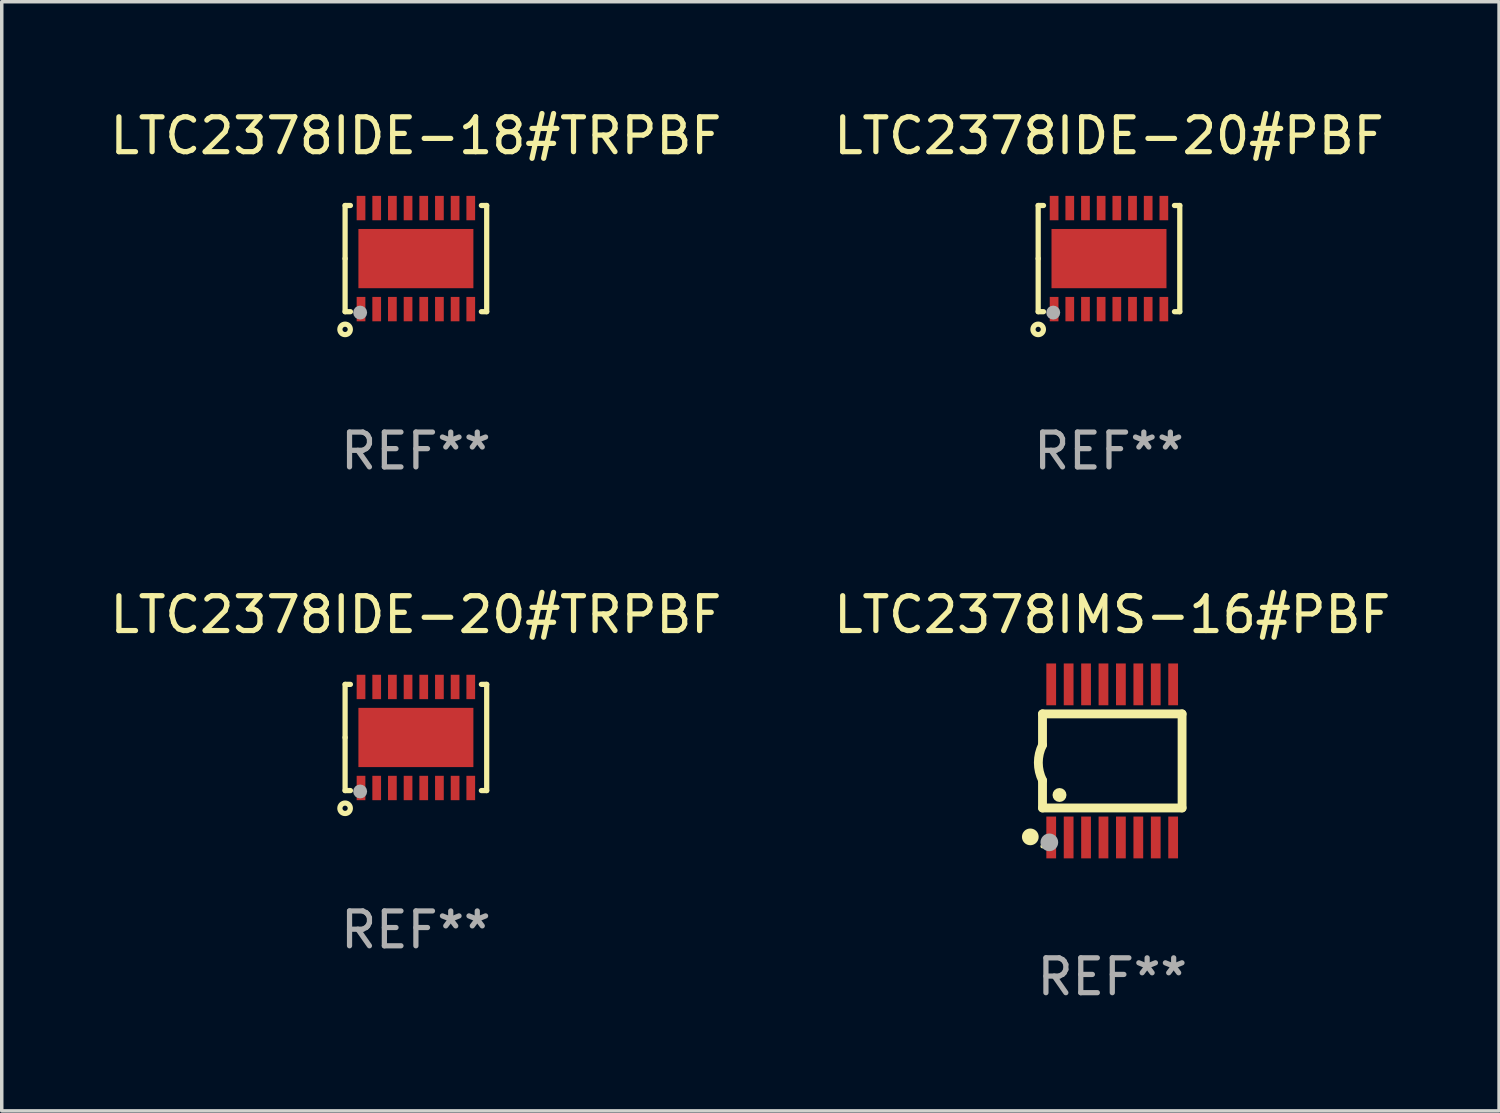
<source format=kicad_pcb>
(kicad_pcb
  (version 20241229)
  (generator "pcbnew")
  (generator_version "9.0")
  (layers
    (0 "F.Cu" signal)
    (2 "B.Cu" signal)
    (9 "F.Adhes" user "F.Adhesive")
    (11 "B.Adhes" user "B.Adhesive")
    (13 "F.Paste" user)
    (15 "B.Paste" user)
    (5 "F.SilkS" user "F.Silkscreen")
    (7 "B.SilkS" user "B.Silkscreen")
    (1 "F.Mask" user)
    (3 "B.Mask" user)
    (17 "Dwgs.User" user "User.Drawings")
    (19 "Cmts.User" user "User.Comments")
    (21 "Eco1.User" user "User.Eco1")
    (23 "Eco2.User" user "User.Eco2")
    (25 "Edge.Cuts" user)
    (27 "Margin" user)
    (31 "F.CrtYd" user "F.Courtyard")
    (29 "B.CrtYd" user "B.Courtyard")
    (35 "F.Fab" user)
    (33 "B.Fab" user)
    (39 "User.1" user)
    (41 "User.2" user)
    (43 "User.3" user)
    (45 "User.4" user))
  (footprint "LTC2378IDE-18#TRPBF"
    (layer "F.Cu")
    (at 8.887 4.372)
    (property "Reference" "LTC2378IDE-18#TRPBF" (at 0 -3.524 0) (layer "F.SilkS") (effects (font (size 1 1) (thickness 0.15))))
    (attr through_hole)
    (fp_line (start -2.032 -1.524) (end -1.879 -1.524) (stroke (width 0.15) (type solid)) (layer "F.SilkS"))
    (fp_line (start -2.032 0) (end -2.032 -1.524) (stroke (width 0.15) (type solid)) (layer "F.SilkS"))
    (fp_line (start -2.032 1.524) (end -2.032 0) (stroke (width 0.15) (type solid)) (layer "F.SilkS"))
    (fp_line (start -1.879 1.524) (end -2.032 1.524) (stroke (width 0.15) (type solid)) (layer "F.SilkS"))
    (fp_line (start 1.879 -1.524) (end 2.032 -1.524) (stroke (width 0.15) (type solid)) (layer "F.SilkS"))
    (fp_line (start 2.032 -1.524) (end 2.032 1.524) (stroke (width 0.15) (type solid)) (layer "F.SilkS"))
    (fp_line (start 2.032 1.524) (end 1.879 1.524) (stroke (width 0.15) (type solid)) (layer "F.SilkS"))
    (fp_circle (center -2.032 2.032) (end -1.882 2.032) (stroke (width 0.15) (type solid)) (fill no) (layer "F.SilkS"))
    (fp_circle (center -2 1.5) (end -1.97 1.5) (stroke (width 0.06) (type solid)) (fill no) (layer "F.SilkS"))
    (fp_circle (center -1.6 1.55) (end -1.5 1.55) (stroke (width 0.2) (type solid)) (fill no) (layer "F.Fab"))
    (fp_text user "REF**" (at 0 5.524 0) (layer "F.Fab") (effects (font (size 1 1) (thickness 0.15))))
    (pad "1" smd rect (at -1.575 1.45 90) (size 0.7 0.25) (layers "F.Cu" "F.Mask" "F.Paste"))
    (pad "2" smd rect (at -1.125 1.45 90) (size 0.7 0.25) (layers "F.Cu" "F.Mask" "F.Paste"))
    (pad "3" smd rect (at -0.675 1.45 90) (size 0.7 0.25) (layers "F.Cu" "F.Mask" "F.Paste"))
    (pad "4" smd rect (at -0.225 1.45 90) (size 0.7 0.25) (layers "F.Cu" "F.Mask" "F.Paste"))
    (pad "5" smd rect (at 0.225 1.45 90) (size 0.7 0.25) (layers "F.Cu" "F.Mask" "F.Paste"))
    (pad "6" smd rect (at 0.675 1.45 90) (size 0.7 0.25) (layers "F.Cu" "F.Mask" "F.Paste"))
    (pad "7" smd rect (at 1.125 1.45 90) (size 0.7 0.25) (layers "F.Cu" "F.Mask" "F.Paste"))
    (pad "8" smd rect (at 1.575 1.45 90) (size 0.7 0.25) (layers "F.Cu" "F.Mask" "F.Paste"))
    (pad "9" smd rect (at 1.575 -1.45 90) (size 0.7 0.25) (layers "F.Cu" "F.Mask" "F.Paste"))
    (pad "10" smd rect (at 1.125 -1.45 90) (size 0.7 0.25) (layers "F.Cu" "F.Mask" "F.Paste"))
    (pad "11" smd rect (at 0.675 -1.45 90) (size 0.7 0.25) (layers "F.Cu" "F.Mask" "F.Paste"))
    (pad "12" smd rect (at 0.225 -1.45 90) (size 0.7 0.25) (layers "F.Cu" "F.Mask" "F.Paste"))
    (pad "13" smd rect (at -0.225 -1.45 90) (size 0.7 0.25) (layers "F.Cu" "F.Mask" "F.Paste"))
    (pad "14" smd rect (at -0.675 -1.45 90) (size 0.7 0.25) (layers "F.Cu" "F.Mask" "F.Paste"))
    (pad "15" smd rect (at -1.125 -1.45 90) (size 0.7 0.25) (layers "F.Cu" "F.Mask" "F.Paste"))
    (pad "16" smd rect (at -1.575 -1.45 90) (size 0.7 0.25) (layers "F.Cu" "F.Mask" "F.Paste"))
    (pad "17" smd rect (at 0.000127 0 90) (size 1.7 3.3) (layers "F.Cu" "F.Mask" "F.Paste")))
  (footprint "LTC2378IDE-20#PBF"
    (layer "F.Cu")
    (at 28.78 4.372)
    (property "Reference" "LTC2378IDE-20#PBF" (at 0 -3.524 0) (layer "F.SilkS") (effects (font (size 1 1) (thickness 0.15))))
    (attr through_hole)
    (fp_line (start -2.032 -1.524) (end -1.879 -1.524) (stroke (width 0.15) (type solid)) (layer "F.SilkS"))
    (fp_line (start -2.032 0) (end -2.032 -1.524) (stroke (width 0.15) (type solid)) (layer "F.SilkS"))
    (fp_line (start -2.032 1.524) (end -2.032 0) (stroke (width 0.15) (type solid)) (layer "F.SilkS"))
    (fp_line (start -1.879 1.524) (end -2.032 1.524) (stroke (width 0.15) (type solid)) (layer "F.SilkS"))
    (fp_line (start 1.879 -1.524) (end 2.032 -1.524) (stroke (width 0.15) (type solid)) (layer "F.SilkS"))
    (fp_line (start 2.032 -1.524) (end 2.032 1.524) (stroke (width 0.15) (type solid)) (layer "F.SilkS"))
    (fp_line (start 2.032 1.524) (end 1.879 1.524) (stroke (width 0.15) (type solid)) (layer "F.SilkS"))
    (fp_circle (center -2.032 2.032) (end -1.882 2.032) (stroke (width 0.15) (type solid)) (fill no) (layer "F.SilkS"))
    (fp_circle (center -2 1.5) (end -1.97 1.5) (stroke (width 0.06) (type solid)) (fill no) (layer "F.SilkS"))
    (fp_circle (center -1.6 1.55) (end -1.5 1.55) (stroke (width 0.2) (type solid)) (fill no) (layer "F.Fab"))
    (fp_text user "REF**" (at 0 5.524 0) (layer "F.Fab") (effects (font (size 1 1) (thickness 0.15))))
    (pad "1" smd rect (at -1.575 1.45 90) (size 0.7 0.25) (layers "F.Cu" "F.Mask" "F.Paste"))
    (pad "2" smd rect (at -1.125 1.45 90) (size 0.7 0.25) (layers "F.Cu" "F.Mask" "F.Paste"))
    (pad "3" smd rect (at -0.675 1.45 90) (size 0.7 0.25) (layers "F.Cu" "F.Mask" "F.Paste"))
    (pad "4" smd rect (at -0.225 1.45 90) (size 0.7 0.25) (layers "F.Cu" "F.Mask" "F.Paste"))
    (pad "5" smd rect (at 0.225 1.45 90) (size 0.7 0.25) (layers "F.Cu" "F.Mask" "F.Paste"))
    (pad "6" smd rect (at 0.675 1.45 90) (size 0.7 0.25) (layers "F.Cu" "F.Mask" "F.Paste"))
    (pad "7" smd rect (at 1.125 1.45 90) (size 0.7 0.25) (layers "F.Cu" "F.Mask" "F.Paste"))
    (pad "8" smd rect (at 1.575 1.45 90) (size 0.7 0.25) (layers "F.Cu" "F.Mask" "F.Paste"))
    (pad "9" smd rect (at 1.575 -1.45 90) (size 0.7 0.25) (layers "F.Cu" "F.Mask" "F.Paste"))
    (pad "10" smd rect (at 1.125 -1.45 90) (size 0.7 0.25) (layers "F.Cu" "F.Mask" "F.Paste"))
    (pad "11" smd rect (at 0.675 -1.45 90) (size 0.7 0.25) (layers "F.Cu" "F.Mask" "F.Paste"))
    (pad "12" smd rect (at 0.225 -1.45 90) (size 0.7 0.25) (layers "F.Cu" "F.Mask" "F.Paste"))
    (pad "13" smd rect (at -0.225 -1.45 90) (size 0.7 0.25) (layers "F.Cu" "F.Mask" "F.Paste"))
    (pad "14" smd rect (at -0.675 -1.45 90) (size 0.7 0.25) (layers "F.Cu" "F.Mask" "F.Paste"))
    (pad "15" smd rect (at -1.125 -1.45 90) (size 0.7 0.25) (layers "F.Cu" "F.Mask" "F.Paste"))
    (pad "16" smd rect (at -1.575 -1.45 90) (size 0.7 0.25) (layers "F.Cu" "F.Mask" "F.Paste"))
    (pad "17" smd rect (at 0.000127 0 90) (size 1.7 3.3) (layers "F.Cu" "F.Mask" "F.Paste")))
  (footprint "LTC2378IMS-16#PBF"
    (layer "F.Cu")
    (at 28.875 18.79)
    (property "Reference" "LTC2378IMS-16#PBF" (at 0 -4.197 0) (layer "F.SilkS") (effects (font (size 1 1) (thickness 0.15))))
    (attr through_hole)
    (fp_line (start -2.003 -1.35) (end -2.003 -0.457) (stroke (width 0.254) (type solid)) (layer "F.SilkS"))
    (fp_line (start -2.003 -1.35) (end 2.003 -1.35) (stroke (width 0.254) (type solid)) (layer "F.SilkS"))
    (fp_line (start -2.003 1.35) (end -2.003 0.559) (stroke (width 0.254) (type solid)) (layer "F.SilkS"))
    (fp_line (start -2.003 1.35) (end 2.003 1.35) (stroke (width 0.254) (type solid)) (layer "F.SilkS"))
    (fp_line (start 2.003 -1.35) (end 2.003 1.35) (stroke (width 0.254) (type solid)) (layer "F.SilkS"))
    (fp_arc (start -2.002286 0.558802) (mid -2.122556 0.05092) (end -2.003302 -0.457201) (stroke (width 0.254001) (type solid)) (layer "F.SilkS"))
    (fp_circle (center -2.353 2.18) (end -2.233 2.18) (stroke (width 0.24) (type solid)) (fill no) (layer "F.SilkS"))
    (fp_circle (center -2.003 2.45) (end -1.973 2.45) (stroke (width 0.06) (type solid)) (fill no) (layer "F.SilkS"))
    (fp_circle (center -1.515 0.978) (end -1.415 0.978) (stroke (width 0.2) (type solid)) (fill no) (layer "F.SilkS"))
    (fp_circle (center -1.807 2.337) (end -1.68 2.337) (stroke (width 0.254) (type solid)) (fill no) (layer "F.Fab"))
    (fp_text user "REF**" (at 0 6.197 0) (layer "F.Fab") (effects (font (size 1 1) (thickness 0.15))))
    (pad "1" smd rect (at -1.753 2.197 90) (size 1.2 0.28) (layers "F.Cu" "F.Mask" "F.Paste"))
    (pad "2" smd rect (at -1.253 2.197 90) (size 1.2 0.28) (layers "F.Cu" "F.Mask" "F.Paste"))
    (pad "3" smd rect (at -0.753 2.197 90) (size 1.2 0.28) (layers "F.Cu" "F.Mask" "F.Paste"))
    (pad "4" smd rect (at -0.253 2.197 90) (size 1.2 0.28) (layers "F.Cu" "F.Mask" "F.Paste"))
    (pad "5" smd rect (at 0.247 2.197 90) (size 1.2 0.28) (layers "F.Cu" "F.Mask" "F.Paste"))
    (pad "6" smd rect (at 0.747 2.197 90) (size 1.2 0.28) (layers "F.Cu" "F.Mask" "F.Paste"))
    (pad "7" smd rect (at 1.247 2.197 90) (size 1.2 0.28) (layers "F.Cu" "F.Mask" "F.Paste"))
    (pad "8" smd rect (at 1.747 2.197 90) (size 1.2 0.28) (layers "F.Cu" "F.Mask" "F.Paste"))
    (pad "9" smd rect (at 1.747 -2.197 90) (size 1.2 0.28) (layers "F.Cu" "F.Mask" "F.Paste"))
    (pad "10" smd rect (at 1.247 -2.197 90) (size 1.2 0.28) (layers "F.Cu" "F.Mask" "F.Paste"))
    (pad "11" smd rect (at 0.747 -2.197 90) (size 1.2 0.28) (layers "F.Cu" "F.Mask" "F.Paste"))
    (pad "12" smd rect (at 0.247 -2.197 90) (size 1.2 0.28) (layers "F.Cu" "F.Mask" "F.Paste"))
    (pad "13" smd rect (at -0.253 -2.197 90) (size 1.2 0.28) (layers "F.Cu" "F.Mask" "F.Paste"))
    (pad "14" smd rect (at -0.753 -2.197 90) (size 1.2 0.28) (layers "F.Cu" "F.Mask" "F.Paste"))
    (pad "15" smd rect (at -1.253 -2.197 90) (size 1.2 0.28) (layers "F.Cu" "F.Mask" "F.Paste"))
    (pad "16" smd rect (at -1.753 -2.197 90) (size 1.2 0.28) (layers "F.Cu" "F.Mask" "F.Paste")))
  (footprint "LTC2378IDE-20#TRPBF"
    (layer "F.Cu")
    (at 8.887 18.117)
    (property "Reference" "LTC2378IDE-20#TRPBF" (at 0 -3.524 0) (layer "F.SilkS") (effects (font (size 1 1) (thickness 0.15))))
    (attr through_hole)
    (fp_line (start -2.032 -1.524) (end -1.879 -1.524) (stroke (width 0.15) (type solid)) (layer "F.SilkS"))
    (fp_line (start -2.032 0) (end -2.032 -1.524) (stroke (width 0.15) (type solid)) (layer "F.SilkS"))
    (fp_line (start -2.032 1.524) (end -2.032 0) (stroke (width 0.15) (type solid)) (layer "F.SilkS"))
    (fp_line (start -1.879 1.524) (end -2.032 1.524) (stroke (width 0.15) (type solid)) (layer "F.SilkS"))
    (fp_line (start 1.879 -1.524) (end 2.032 -1.524) (stroke (width 0.15) (type solid)) (layer "F.SilkS"))
    (fp_line (start 2.032 -1.524) (end 2.032 1.524) (stroke (width 0.15) (type solid)) (layer "F.SilkS"))
    (fp_line (start 2.032 1.524) (end 1.879 1.524) (stroke (width 0.15) (type solid)) (layer "F.SilkS"))
    (fp_circle (center -2.032 2.032) (end -1.882 2.032) (stroke (width 0.15) (type solid)) (fill no) (layer "F.SilkS"))
    (fp_circle (center -2 1.5) (end -1.97 1.5) (stroke (width 0.06) (type solid)) (fill no) (layer "F.SilkS"))
    (fp_circle (center -1.6 1.55) (end -1.5 1.55) (stroke (width 0.2) (type solid)) (fill no) (layer "F.Fab"))
    (fp_text user "REF**" (at 0 5.524 0) (layer "F.Fab") (effects (font (size 1 1) (thickness 0.15))))
    (pad "1" smd rect (at -1.575 1.45 90) (size 0.7 0.25) (layers "F.Cu" "F.Mask" "F.Paste"))
    (pad "2" smd rect (at -1.125 1.45 90) (size 0.7 0.25) (layers "F.Cu" "F.Mask" "F.Paste"))
    (pad "3" smd rect (at -0.675 1.45 90) (size 0.7 0.25) (layers "F.Cu" "F.Mask" "F.Paste"))
    (pad "4" smd rect (at -0.225 1.45 90) (size 0.7 0.25) (layers "F.Cu" "F.Mask" "F.Paste"))
    (pad "5" smd rect (at 0.225 1.45 90) (size 0.7 0.25) (layers "F.Cu" "F.Mask" "F.Paste"))
    (pad "6" smd rect (at 0.675 1.45 90) (size 0.7 0.25) (layers "F.Cu" "F.Mask" "F.Paste"))
    (pad "7" smd rect (at 1.125 1.45 90) (size 0.7 0.25) (layers "F.Cu" "F.Mask" "F.Paste"))
    (pad "8" smd rect (at 1.575 1.45 90) (size 0.7 0.25) (layers "F.Cu" "F.Mask" "F.Paste"))
    (pad "9" smd rect (at 1.575 -1.45 90) (size 0.7 0.25) (layers "F.Cu" "F.Mask" "F.Paste"))
    (pad "10" smd rect (at 1.125 -1.45 90) (size 0.7 0.25) (layers "F.Cu" "F.Mask" "F.Paste"))
    (pad "11" smd rect (at 0.675 -1.45 90) (size 0.7 0.25) (layers "F.Cu" "F.Mask" "F.Paste"))
    (pad "12" smd rect (at 0.225 -1.45 90) (size 0.7 0.25) (layers "F.Cu" "F.Mask" "F.Paste"))
    (pad "13" smd rect (at -0.225 -1.45 90) (size 0.7 0.25) (layers "F.Cu" "F.Mask" "F.Paste"))
    (pad "14" smd rect (at -0.675 -1.45 90) (size 0.7 0.25) (layers "F.Cu" "F.Mask" "F.Paste"))
    (pad "15" smd rect (at -1.125 -1.45 90) (size 0.7 0.25) (layers "F.Cu" "F.Mask" "F.Paste"))
    (pad "16" smd rect (at -1.575 -1.45 90) (size 0.7 0.25) (layers "F.Cu" "F.Mask" "F.Paste"))
    (pad "17" smd rect (at 0.000127 0 90) (size 1.7 3.3) (layers "F.Cu" "F.Mask" "F.Paste")))
  (gr_rect
    (start -3 -3)
    (end 39.976 28.835)
    (stroke (width 0.1) (type default))
    (fill no)
    (layer "Edge.Cuts")))
</source>
